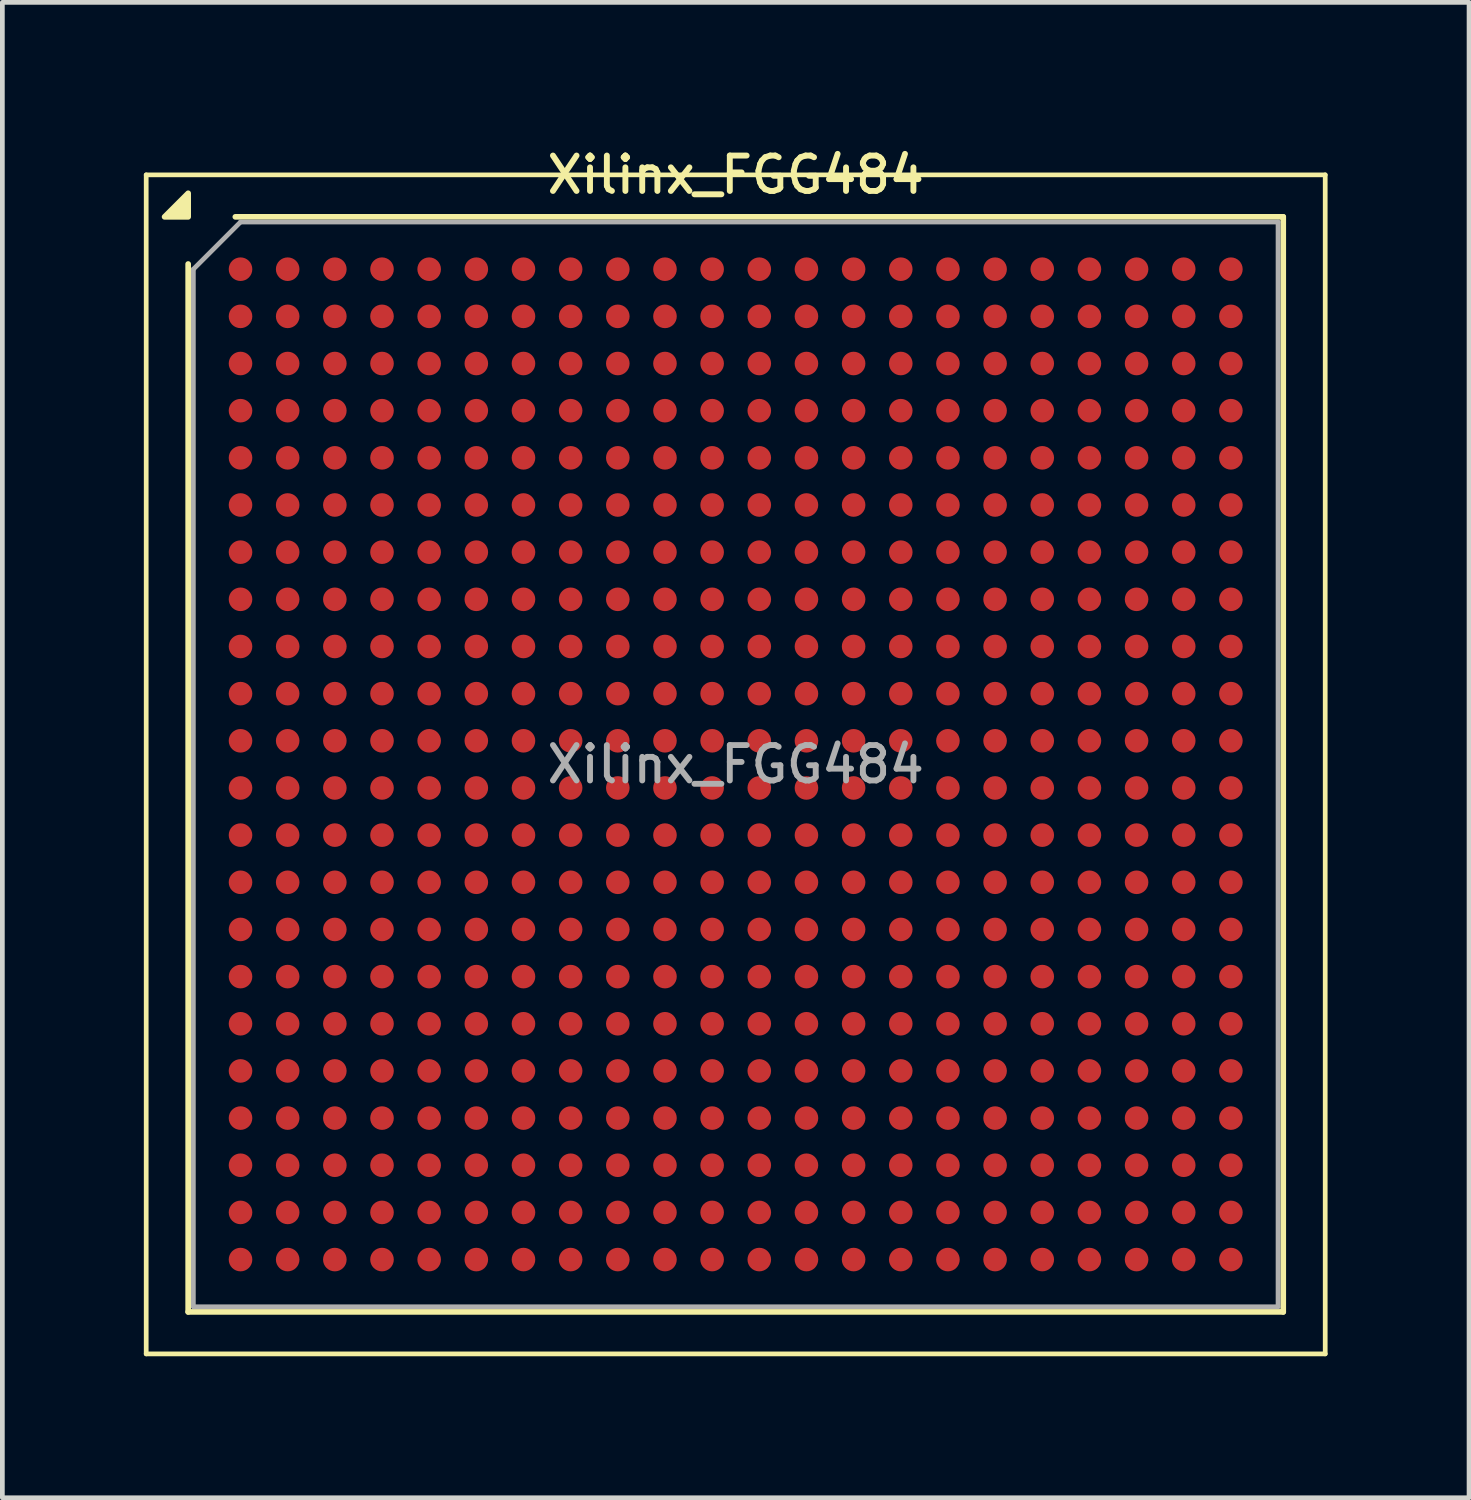
<source format=kicad_pcb>
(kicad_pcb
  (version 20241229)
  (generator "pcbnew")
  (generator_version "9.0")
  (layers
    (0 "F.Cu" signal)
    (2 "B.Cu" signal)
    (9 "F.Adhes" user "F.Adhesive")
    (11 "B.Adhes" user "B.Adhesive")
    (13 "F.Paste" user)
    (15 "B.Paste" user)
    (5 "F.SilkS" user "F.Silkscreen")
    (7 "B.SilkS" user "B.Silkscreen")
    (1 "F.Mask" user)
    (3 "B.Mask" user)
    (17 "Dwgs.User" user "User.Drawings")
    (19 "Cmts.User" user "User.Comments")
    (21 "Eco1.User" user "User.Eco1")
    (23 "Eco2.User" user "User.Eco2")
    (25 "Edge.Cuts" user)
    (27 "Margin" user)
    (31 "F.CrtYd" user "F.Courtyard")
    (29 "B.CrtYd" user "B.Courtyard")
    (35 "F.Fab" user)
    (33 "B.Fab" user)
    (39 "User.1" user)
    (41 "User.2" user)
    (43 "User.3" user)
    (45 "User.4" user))
  (footprint "Xilinx_FGG484"
    (layer "F.Cu")
    (at 12.55 13.158)
    (property "Reference" "Xilinx_FGG484" (at 0 -12.5 0) (layer "F.SilkS") (effects (font (size 0.75 0.75) (thickness 0.125))))
    (attr smd)
    (fp_line (start -12.5 -12.5) (end -12.5 12.5) (stroke (width 0.1) (type solid)) (layer "F.SilkS"))
    (fp_line (start -12.5 12.5) (end 12.5 12.5) (stroke (width 0.1) (type solid)) (layer "F.SilkS"))
    (fp_line (start -11.61 11.61) (end -11.61 -10.61) (stroke (width 0.12) (type solid)) (layer "F.SilkS"))
    (fp_line (start -10.61 -11.61) (end 11.61 -11.61) (stroke (width 0.12) (type solid)) (layer "F.SilkS"))
    (fp_line (start 11.61 -11.61) (end 11.61 11.61) (stroke (width 0.12) (type solid)) (layer "F.SilkS"))
    (fp_line (start 11.61 11.61) (end -11.61 11.61) (stroke (width 0.12) (type solid)) (layer "F.SilkS"))
    (fp_line (start 12.5 -12.5) (end -12.5 -12.5) (stroke (width 0.1) (type solid)) (layer "F.SilkS"))
    (fp_line (start 12.5 12.5) (end 12.5 -12.5) (stroke (width 0.1) (type solid)) (layer "F.SilkS"))
    (fp_poly (pts (xy -11.61 -11.61) (xy -12.11 -11.61) (xy -11.61 -12.11) (xy -11.61 -11.61)) (stroke (width 0.12) (type solid)) (fill yes) (layer "F.SilkS"))
    (fp_line (start -11.5 -10.5) (end -10.5 -11.5) (stroke (width 0.1) (type solid)) (layer "F.Fab"))
    (fp_line (start -11.5 11.5) (end -11.5 -10.5) (stroke (width 0.1) (type solid)) (layer "F.Fab"))
    (fp_line (start -10.5 -11.5) (end 11.5 -11.5) (stroke (width 0.1) (type solid)) (layer "F.Fab"))
    (fp_line (start 11.5 -11.5) (end 11.5 11.5) (stroke (width 0.1) (type solid)) (layer "F.Fab"))
    (fp_line (start 11.5 11.5) (end -11.5 11.5) (stroke (width 0.1) (type solid)) (layer "F.Fab"))
    (fp_text user "${REFERENCE}" (at 0 0 0) (layer "F.Fab") (effects (font (size 0.75 0.75) (thickness 0.125))))
    (pad "A1" smd circle (at -10.5 -10.5) (size 0.5 0.5) (property pad_prop_bga) (layers "F.Cu" "F.Mask" "F.Paste"))
    (pad "A2" smd circle (at -9.5 -10.5) (size 0.5 0.5) (property pad_prop_bga) (layers "F.Cu" "F.Mask" "F.Paste"))
    (pad "A3" smd circle (at -8.5 -10.5) (size 0.5 0.5) (property pad_prop_bga) (layers "F.Cu" "F.Mask" "F.Paste"))
    (pad "A4" smd circle (at -7.5 -10.5) (size 0.5 0.5) (property pad_prop_bga) (layers "F.Cu" "F.Mask" "F.Paste"))
    (pad "A5" smd circle (at -6.5 -10.5) (size 0.5 0.5) (property pad_prop_bga) (layers "F.Cu" "F.Mask" "F.Paste"))
    (pad "A6" smd circle (at -5.5 -10.5) (size 0.5 0.5) (property pad_prop_bga) (layers "F.Cu" "F.Mask" "F.Paste"))
    (pad "A7" smd circle (at -4.5 -10.5) (size 0.5 0.5) (property pad_prop_bga) (layers "F.Cu" "F.Mask" "F.Paste"))
    (pad "A8" smd circle (at -3.5 -10.5) (size 0.5 0.5) (property pad_prop_bga) (layers "F.Cu" "F.Mask" "F.Paste"))
    (pad "A9" smd circle (at -2.5 -10.5) (size 0.5 0.5) (property pad_prop_bga) (layers "F.Cu" "F.Mask" "F.Paste"))
    (pad "A10" smd circle (at -1.5 -10.5) (size 0.5 0.5) (property pad_prop_bga) (layers "F.Cu" "F.Mask" "F.Paste"))
    (pad "A11" smd circle (at -0.5 -10.5) (size 0.5 0.5) (property pad_prop_bga) (layers "F.Cu" "F.Mask" "F.Paste"))
    (pad "A12" smd circle (at 0.5 -10.5) (size 0.5 0.5) (property pad_prop_bga) (layers "F.Cu" "F.Mask" "F.Paste"))
    (pad "A13" smd circle (at 1.5 -10.5) (size 0.5 0.5) (property pad_prop_bga) (layers "F.Cu" "F.Mask" "F.Paste"))
    (pad "A14" smd circle (at 2.5 -10.5) (size 0.5 0.5) (property pad_prop_bga) (layers "F.Cu" "F.Mask" "F.Paste"))
    (pad "A15" smd circle (at 3.5 -10.5) (size 0.5 0.5) (property pad_prop_bga) (layers "F.Cu" "F.Mask" "F.Paste"))
    (pad "A16" smd circle (at 4.5 -10.5) (size 0.5 0.5) (property pad_prop_bga) (layers "F.Cu" "F.Mask" "F.Paste"))
    (pad "A17" smd circle (at 5.5 -10.5) (size 0.5 0.5) (property pad_prop_bga) (layers "F.Cu" "F.Mask" "F.Paste"))
    (pad "A18" smd circle (at 6.5 -10.5) (size 0.5 0.5) (property pad_prop_bga) (layers "F.Cu" "F.Mask" "F.Paste"))
    (pad "A19" smd circle (at 7.5 -10.5) (size 0.5 0.5) (property pad_prop_bga) (layers "F.Cu" "F.Mask" "F.Paste"))
    (pad "A20" smd circle (at 8.5 -10.5) (size 0.5 0.5) (property pad_prop_bga) (layers "F.Cu" "F.Mask" "F.Paste"))
    (pad "A21" smd circle (at 9.5 -10.5) (size 0.5 0.5) (property pad_prop_bga) (layers "F.Cu" "F.Mask" "F.Paste"))
    (pad "A22" smd circle (at 10.5 -10.5) (size 0.5 0.5) (property pad_prop_bga) (layers "F.Cu" "F.Mask" "F.Paste"))
    (pad "AA1" smd circle (at -10.5 9.5) (size 0.5 0.5) (property pad_prop_bga) (layers "F.Cu" "F.Mask" "F.Paste"))
    (pad "AA2" smd circle (at -9.5 9.5) (size 0.5 0.5) (property pad_prop_bga) (layers "F.Cu" "F.Mask" "F.Paste"))
    (pad "AA3" smd circle (at -8.5 9.5) (size 0.5 0.5) (property pad_prop_bga) (layers "F.Cu" "F.Mask" "F.Paste"))
    (pad "AA4" smd circle (at -7.5 9.5) (size 0.5 0.5) (property pad_prop_bga) (layers "F.Cu" "F.Mask" "F.Paste"))
    (pad "AA5" smd circle (at -6.5 9.5) (size 0.5 0.5) (property pad_prop_bga) (layers "F.Cu" "F.Mask" "F.Paste"))
    (pad "AA6" smd circle (at -5.5 9.5) (size 0.5 0.5) (property pad_prop_bga) (layers "F.Cu" "F.Mask" "F.Paste"))
    (pad "AA7" smd circle (at -4.5 9.5) (size 0.5 0.5) (property pad_prop_bga) (layers "F.Cu" "F.Mask" "F.Paste"))
    (pad "AA8" smd circle (at -3.5 9.5) (size 0.5 0.5) (property pad_prop_bga) (layers "F.Cu" "F.Mask" "F.Paste"))
    (pad "AA9" smd circle (at -2.5 9.5) (size 0.5 0.5) (property pad_prop_bga) (layers "F.Cu" "F.Mask" "F.Paste"))
    (pad "AA10" smd circle (at -1.5 9.5) (size 0.5 0.5) (property pad_prop_bga) (layers "F.Cu" "F.Mask" "F.Paste"))
    (pad "AA11" smd circle (at -0.5 9.5) (size 0.5 0.5) (property pad_prop_bga) (layers "F.Cu" "F.Mask" "F.Paste"))
    (pad "AA12" smd circle (at 0.5 9.5) (size 0.5 0.5) (property pad_prop_bga) (layers "F.Cu" "F.Mask" "F.Paste"))
    (pad "AA13" smd circle (at 1.5 9.5) (size 0.5 0.5) (property pad_prop_bga) (layers "F.Cu" "F.Mask" "F.Paste"))
    (pad "AA14" smd circle (at 2.5 9.5) (size 0.5 0.5) (property pad_prop_bga) (layers "F.Cu" "F.Mask" "F.Paste"))
    (pad "AA15" smd circle (at 3.5 9.5) (size 0.5 0.5) (property pad_prop_bga) (layers "F.Cu" "F.Mask" "F.Paste"))
    (pad "AA16" smd circle (at 4.5 9.5) (size 0.5 0.5) (property pad_prop_bga) (layers "F.Cu" "F.Mask" "F.Paste"))
    (pad "AA17" smd circle (at 5.5 9.5) (size 0.5 0.5) (property pad_prop_bga) (layers "F.Cu" "F.Mask" "F.Paste"))
    (pad "AA18" smd circle (at 6.5 9.5) (size 0.5 0.5) (property pad_prop_bga) (layers "F.Cu" "F.Mask" "F.Paste"))
    (pad "AA19" smd circle (at 7.5 9.5) (size 0.5 0.5) (property pad_prop_bga) (layers "F.Cu" "F.Mask" "F.Paste"))
    (pad "AA20" smd circle (at 8.5 9.5) (size 0.5 0.5) (property pad_prop_bga) (layers "F.Cu" "F.Mask" "F.Paste"))
    (pad "AA21" smd circle (at 9.5 9.5) (size 0.5 0.5) (property pad_prop_bga) (layers "F.Cu" "F.Mask" "F.Paste"))
    (pad "AA22" smd circle (at 10.5 9.5) (size 0.5 0.5) (property pad_prop_bga) (layers "F.Cu" "F.Mask" "F.Paste"))
    (pad "AB1" smd circle (at -10.5 10.5) (size 0.5 0.5) (property pad_prop_bga) (layers "F.Cu" "F.Mask" "F.Paste"))
    (pad "AB2" smd circle (at -9.5 10.5) (size 0.5 0.5) (property pad_prop_bga) (layers "F.Cu" "F.Mask" "F.Paste"))
    (pad "AB3" smd circle (at -8.5 10.5) (size 0.5 0.5) (property pad_prop_bga) (layers "F.Cu" "F.Mask" "F.Paste"))
    (pad "AB4" smd circle (at -7.5 10.5) (size 0.5 0.5) (property pad_prop_bga) (layers "F.Cu" "F.Mask" "F.Paste"))
    (pad "AB5" smd circle (at -6.5 10.5) (size 0.5 0.5) (property pad_prop_bga) (layers "F.Cu" "F.Mask" "F.Paste"))
    (pad "AB6" smd circle (at -5.5 10.5) (size 0.5 0.5) (property pad_prop_bga) (layers "F.Cu" "F.Mask" "F.Paste"))
    (pad "AB7" smd circle (at -4.5 10.5) (size 0.5 0.5) (property pad_prop_bga) (layers "F.Cu" "F.Mask" "F.Paste"))
    (pad "AB8" smd circle (at -3.5 10.5) (size 0.5 0.5) (property pad_prop_bga) (layers "F.Cu" "F.Mask" "F.Paste"))
    (pad "AB9" smd circle (at -2.5 10.5) (size 0.5 0.5) (property pad_prop_bga) (layers "F.Cu" "F.Mask" "F.Paste"))
    (pad "AB10" smd circle (at -1.5 10.5) (size 0.5 0.5) (property pad_prop_bga) (layers "F.Cu" "F.Mask" "F.Paste"))
    (pad "AB11" smd circle (at -0.5 10.5) (size 0.5 0.5) (property pad_prop_bga) (layers "F.Cu" "F.Mask" "F.Paste"))
    (pad "AB12" smd circle (at 0.5 10.5) (size 0.5 0.5) (property pad_prop_bga) (layers "F.Cu" "F.Mask" "F.Paste"))
    (pad "AB13" smd circle (at 1.5 10.5) (size 0.5 0.5) (property pad_prop_bga) (layers "F.Cu" "F.Mask" "F.Paste"))
    (pad "AB14" smd circle (at 2.5 10.5) (size 0.5 0.5) (property pad_prop_bga) (layers "F.Cu" "F.Mask" "F.Paste"))
    (pad "AB15" smd circle (at 3.5 10.5) (size 0.5 0.5) (property pad_prop_bga) (layers "F.Cu" "F.Mask" "F.Paste"))
    (pad "AB16" smd circle (at 4.5 10.5) (size 0.5 0.5) (property pad_prop_bga) (layers "F.Cu" "F.Mask" "F.Paste"))
    (pad "AB17" smd circle (at 5.5 10.5) (size 0.5 0.5) (property pad_prop_bga) (layers "F.Cu" "F.Mask" "F.Paste"))
    (pad "AB18" smd circle (at 6.5 10.5) (size 0.5 0.5) (property pad_prop_bga) (layers "F.Cu" "F.Mask" "F.Paste"))
    (pad "AB19" smd circle (at 7.5 10.5) (size 0.5 0.5) (property pad_prop_bga) (layers "F.Cu" "F.Mask" "F.Paste"))
    (pad "AB20" smd circle (at 8.5 10.5) (size 0.5 0.5) (property pad_prop_bga) (layers "F.Cu" "F.Mask" "F.Paste"))
    (pad "AB21" smd circle (at 9.5 10.5) (size 0.5 0.5) (property pad_prop_bga) (layers "F.Cu" "F.Mask" "F.Paste"))
    (pad "AB22" smd circle (at 10.5 10.5) (size 0.5 0.5) (property pad_prop_bga) (layers "F.Cu" "F.Mask" "F.Paste"))
    (pad "B1" smd circle (at -10.5 -9.5) (size 0.5 0.5) (property pad_prop_bga) (layers "F.Cu" "F.Mask" "F.Paste"))
    (pad "B2" smd circle (at -9.5 -9.5) (size 0.5 0.5) (property pad_prop_bga) (layers "F.Cu" "F.Mask" "F.Paste"))
    (pad "B3" smd circle (at -8.5 -9.5) (size 0.5 0.5) (property pad_prop_bga) (layers "F.Cu" "F.Mask" "F.Paste"))
    (pad "B4" smd circle (at -7.5 -9.5) (size 0.5 0.5) (property pad_prop_bga) (layers "F.Cu" "F.Mask" "F.Paste"))
    (pad "B5" smd circle (at -6.5 -9.5) (size 0.5 0.5) (property pad_prop_bga) (layers "F.Cu" "F.Mask" "F.Paste"))
    (pad "B6" smd circle (at -5.5 -9.5) (size 0.5 0.5) (property pad_prop_bga) (layers "F.Cu" "F.Mask" "F.Paste"))
    (pad "B7" smd circle (at -4.5 -9.5) (size 0.5 0.5) (property pad_prop_bga) (layers "F.Cu" "F.Mask" "F.Paste"))
    (pad "B8" smd circle (at -3.5 -9.5) (size 0.5 0.5) (property pad_prop_bga) (layers "F.Cu" "F.Mask" "F.Paste"))
    (pad "B9" smd circle (at -2.5 -9.5) (size 0.5 0.5) (property pad_prop_bga) (layers "F.Cu" "F.Mask" "F.Paste"))
    (pad "B10" smd circle (at -1.5 -9.5) (size 0.5 0.5) (property pad_prop_bga) (layers "F.Cu" "F.Mask" "F.Paste"))
    (pad "B11" smd circle (at -0.5 -9.5) (size 0.5 0.5) (property pad_prop_bga) (layers "F.Cu" "F.Mask" "F.Paste"))
    (pad "B12" smd circle (at 0.5 -9.5) (size 0.5 0.5) (property pad_prop_bga) (layers "F.Cu" "F.Mask" "F.Paste"))
    (pad "B13" smd circle (at 1.5 -9.5) (size 0.5 0.5) (property pad_prop_bga) (layers "F.Cu" "F.Mask" "F.Paste"))
    (pad "B14" smd circle (at 2.5 -9.5) (size 0.5 0.5) (property pad_prop_bga) (layers "F.Cu" "F.Mask" "F.Paste"))
    (pad "B15" smd circle (at 3.5 -9.5) (size 0.5 0.5) (property pad_prop_bga) (layers "F.Cu" "F.Mask" "F.Paste"))
    (pad "B16" smd circle (at 4.5 -9.5) (size 0.5 0.5) (property pad_prop_bga) (layers "F.Cu" "F.Mask" "F.Paste"))
    (pad "B17" smd circle (at 5.5 -9.5) (size 0.5 0.5) (property pad_prop_bga) (layers "F.Cu" "F.Mask" "F.Paste"))
    (pad "B18" smd circle (at 6.5 -9.5) (size 0.5 0.5) (property pad_prop_bga) (layers "F.Cu" "F.Mask" "F.Paste"))
    (pad "B19" smd circle (at 7.5 -9.5) (size 0.5 0.5) (property pad_prop_bga) (layers "F.Cu" "F.Mask" "F.Paste"))
    (pad "B20" smd circle (at 8.5 -9.5) (size 0.5 0.5) (property pad_prop_bga) (layers "F.Cu" "F.Mask" "F.Paste"))
    (pad "B21" smd circle (at 9.5 -9.5) (size 0.5 0.5) (property pad_prop_bga) (layers "F.Cu" "F.Mask" "F.Paste"))
    (pad "B22" smd circle (at 10.5 -9.5) (size 0.5 0.5) (property pad_prop_bga) (layers "F.Cu" "F.Mask" "F.Paste"))
    (pad "C1" smd circle (at -10.5 -8.5) (size 0.5 0.5) (property pad_prop_bga) (layers "F.Cu" "F.Mask" "F.Paste"))
    (pad "C2" smd circle (at -9.5 -8.5) (size 0.5 0.5) (property pad_prop_bga) (layers "F.Cu" "F.Mask" "F.Paste"))
    (pad "C3" smd circle (at -8.5 -8.5) (size 0.5 0.5) (property pad_prop_bga) (layers "F.Cu" "F.Mask" "F.Paste"))
    (pad "C4" smd circle (at -7.5 -8.5) (size 0.5 0.5) (property pad_prop_bga) (layers "F.Cu" "F.Mask" "F.Paste"))
    (pad "C5" smd circle (at -6.5 -8.5) (size 0.5 0.5) (property pad_prop_bga) (layers "F.Cu" "F.Mask" "F.Paste"))
    (pad "C6" smd circle (at -5.5 -8.5) (size 0.5 0.5) (property pad_prop_bga) (layers "F.Cu" "F.Mask" "F.Paste"))
    (pad "C7" smd circle (at -4.5 -8.5) (size 0.5 0.5) (property pad_prop_bga) (layers "F.Cu" "F.Mask" "F.Paste"))
    (pad "C8" smd circle (at -3.5 -8.5) (size 0.5 0.5) (property pad_prop_bga) (layers "F.Cu" "F.Mask" "F.Paste"))
    (pad "C9" smd circle (at -2.5 -8.5) (size 0.5 0.5) (property pad_prop_bga) (layers "F.Cu" "F.Mask" "F.Paste"))
    (pad "C10" smd circle (at -1.5 -8.5) (size 0.5 0.5) (property pad_prop_bga) (layers "F.Cu" "F.Mask" "F.Paste"))
    (pad "C11" smd circle (at -0.5 -8.5) (size 0.5 0.5) (property pad_prop_bga) (layers "F.Cu" "F.Mask" "F.Paste"))
    (pad "C12" smd circle (at 0.5 -8.5) (size 0.5 0.5) (property pad_prop_bga) (layers "F.Cu" "F.Mask" "F.Paste"))
    (pad "C13" smd circle (at 1.5 -8.5) (size 0.5 0.5) (property pad_prop_bga) (layers "F.Cu" "F.Mask" "F.Paste"))
    (pad "C14" smd circle (at 2.5 -8.5) (size 0.5 0.5) (property pad_prop_bga) (layers "F.Cu" "F.Mask" "F.Paste"))
    (pad "C15" smd circle (at 3.5 -8.5) (size 0.5 0.5) (property pad_prop_bga) (layers "F.Cu" "F.Mask" "F.Paste"))
    (pad "C16" smd circle (at 4.5 -8.5) (size 0.5 0.5) (property pad_prop_bga) (layers "F.Cu" "F.Mask" "F.Paste"))
    (pad "C17" smd circle (at 5.5 -8.5) (size 0.5 0.5) (property pad_prop_bga) (layers "F.Cu" "F.Mask" "F.Paste"))
    (pad "C18" smd circle (at 6.5 -8.5) (size 0.5 0.5) (property pad_prop_bga) (layers "F.Cu" "F.Mask" "F.Paste"))
    (pad "C19" smd circle (at 7.5 -8.5) (size 0.5 0.5) (property pad_prop_bga) (layers "F.Cu" "F.Mask" "F.Paste"))
    (pad "C20" smd circle (at 8.5 -8.5) (size 0.5 0.5) (property pad_prop_bga) (layers "F.Cu" "F.Mask" "F.Paste"))
    (pad "C21" smd circle (at 9.5 -8.5) (size 0.5 0.5) (property pad_prop_bga) (layers "F.Cu" "F.Mask" "F.Paste"))
    (pad "C22" smd circle (at 10.5 -8.5) (size 0.5 0.5) (property pad_prop_bga) (layers "F.Cu" "F.Mask" "F.Paste"))
    (pad "D1" smd circle (at -10.5 -7.5) (size 0.5 0.5) (property pad_prop_bga) (layers "F.Cu" "F.Mask" "F.Paste"))
    (pad "D2" smd circle (at -9.5 -7.5) (size 0.5 0.5) (property pad_prop_bga) (layers "F.Cu" "F.Mask" "F.Paste"))
    (pad "D3" smd circle (at -8.5 -7.5) (size 0.5 0.5) (property pad_prop_bga) (layers "F.Cu" "F.Mask" "F.Paste"))
    (pad "D4" smd circle (at -7.5 -7.5) (size 0.5 0.5) (property pad_prop_bga) (layers "F.Cu" "F.Mask" "F.Paste"))
    (pad "D5" smd circle (at -6.5 -7.5) (size 0.5 0.5) (property pad_prop_bga) (layers "F.Cu" "F.Mask" "F.Paste"))
    (pad "D6" smd circle (at -5.5 -7.5) (size 0.5 0.5) (property pad_prop_bga) (layers "F.Cu" "F.Mask" "F.Paste"))
    (pad "D7" smd circle (at -4.5 -7.5) (size 0.5 0.5) (property pad_prop_bga) (layers "F.Cu" "F.Mask" "F.Paste"))
    (pad "D8" smd circle (at -3.5 -7.5) (size 0.5 0.5) (property pad_prop_bga) (layers "F.Cu" "F.Mask" "F.Paste"))
    (pad "D9" smd circle (at -2.5 -7.5) (size 0.5 0.5) (property pad_prop_bga) (layers "F.Cu" "F.Mask" "F.Paste"))
    (pad "D10" smd circle (at -1.5 -7.5) (size 0.5 0.5) (property pad_prop_bga) (layers "F.Cu" "F.Mask" "F.Paste"))
    (pad "D11" smd circle (at -0.5 -7.5) (size 0.5 0.5) (property pad_prop_bga) (layers "F.Cu" "F.Mask" "F.Paste"))
    (pad "D12" smd circle (at 0.5 -7.5) (size 0.5 0.5) (property pad_prop_bga) (layers "F.Cu" "F.Mask" "F.Paste"))
    (pad "D13" smd circle (at 1.5 -7.5) (size 0.5 0.5) (property pad_prop_bga) (layers "F.Cu" "F.Mask" "F.Paste"))
    (pad "D14" smd circle (at 2.5 -7.5) (size 0.5 0.5) (property pad_prop_bga) (layers "F.Cu" "F.Mask" "F.Paste"))
    (pad "D15" smd circle (at 3.5 -7.5) (size 0.5 0.5) (property pad_prop_bga) (layers "F.Cu" "F.Mask" "F.Paste"))
    (pad "D16" smd circle (at 4.5 -7.5) (size 0.5 0.5) (property pad_prop_bga) (layers "F.Cu" "F.Mask" "F.Paste"))
    (pad "D17" smd circle (at 5.5 -7.5) (size 0.5 0.5) (property pad_prop_bga) (layers "F.Cu" "F.Mask" "F.Paste"))
    (pad "D18" smd circle (at 6.5 -7.5) (size 0.5 0.5) (property pad_prop_bga) (layers "F.Cu" "F.Mask" "F.Paste"))
    (pad "D19" smd circle (at 7.5 -7.5) (size 0.5 0.5) (property pad_prop_bga) (layers "F.Cu" "F.Mask" "F.Paste"))
    (pad "D20" smd circle (at 8.5 -7.5) (size 0.5 0.5) (property pad_prop_bga) (layers "F.Cu" "F.Mask" "F.Paste"))
    (pad "D21" smd circle (at 9.5 -7.5) (size 0.5 0.5) (property pad_prop_bga) (layers "F.Cu" "F.Mask" "F.Paste"))
    (pad "D22" smd circle (at 10.5 -7.5) (size 0.5 0.5) (property pad_prop_bga) (layers "F.Cu" "F.Mask" "F.Paste"))
    (pad "E1" smd circle (at -10.5 -6.5) (size 0.5 0.5) (property pad_prop_bga) (layers "F.Cu" "F.Mask" "F.Paste"))
    (pad "E2" smd circle (at -9.5 -6.5) (size 0.5 0.5) (property pad_prop_bga) (layers "F.Cu" "F.Mask" "F.Paste"))
    (pad "E3" smd circle (at -8.5 -6.5) (size 0.5 0.5) (property pad_prop_bga) (layers "F.Cu" "F.Mask" "F.Paste"))
    (pad "E4" smd circle (at -7.5 -6.5) (size 0.5 0.5) (property pad_prop_bga) (layers "F.Cu" "F.Mask" "F.Paste"))
    (pad "E5" smd circle (at -6.5 -6.5) (size 0.5 0.5) (property pad_prop_bga) (layers "F.Cu" "F.Mask" "F.Paste"))
    (pad "E6" smd circle (at -5.5 -6.5) (size 0.5 0.5) (property pad_prop_bga) (layers "F.Cu" "F.Mask" "F.Paste"))
    (pad "E7" smd circle (at -4.5 -6.5) (size 0.5 0.5) (property pad_prop_bga) (layers "F.Cu" "F.Mask" "F.Paste"))
    (pad "E8" smd circle (at -3.5 -6.5) (size 0.5 0.5) (property pad_prop_bga) (layers "F.Cu" "F.Mask" "F.Paste"))
    (pad "E9" smd circle (at -2.5 -6.5) (size 0.5 0.5) (property pad_prop_bga) (layers "F.Cu" "F.Mask" "F.Paste"))
    (pad "E10" smd circle (at -1.5 -6.5) (size 0.5 0.5) (property pad_prop_bga) (layers "F.Cu" "F.Mask" "F.Paste"))
    (pad "E11" smd circle (at -0.5 -6.5) (size 0.5 0.5) (property pad_prop_bga) (layers "F.Cu" "F.Mask" "F.Paste"))
    (pad "E12" smd circle (at 0.5 -6.5) (size 0.5 0.5) (property pad_prop_bga) (layers "F.Cu" "F.Mask" "F.Paste"))
    (pad "E13" smd circle (at 1.5 -6.5) (size 0.5 0.5) (property pad_prop_bga) (layers "F.Cu" "F.Mask" "F.Paste"))
    (pad "E14" smd circle (at 2.5 -6.5) (size 0.5 0.5) (property pad_prop_bga) (layers "F.Cu" "F.Mask" "F.Paste"))
    (pad "E15" smd circle (at 3.5 -6.5) (size 0.5 0.5) (property pad_prop_bga) (layers "F.Cu" "F.Mask" "F.Paste"))
    (pad "E16" smd circle (at 4.5 -6.5) (size 0.5 0.5) (property pad_prop_bga) (layers "F.Cu" "F.Mask" "F.Paste"))
    (pad "E17" smd circle (at 5.5 -6.5) (size 0.5 0.5) (property pad_prop_bga) (layers "F.Cu" "F.Mask" "F.Paste"))
    (pad "E18" smd circle (at 6.5 -6.5) (size 0.5 0.5) (property pad_prop_bga) (layers "F.Cu" "F.Mask" "F.Paste"))
    (pad "E19" smd circle (at 7.5 -6.5) (size 0.5 0.5) (property pad_prop_bga) (layers "F.Cu" "F.Mask" "F.Paste"))
    (pad "E20" smd circle (at 8.5 -6.5) (size 0.5 0.5) (property pad_prop_bga) (layers "F.Cu" "F.Mask" "F.Paste"))
    (pad "E21" smd circle (at 9.5 -6.5) (size 0.5 0.5) (property pad_prop_bga) (layers "F.Cu" "F.Mask" "F.Paste"))
    (pad "E22" smd circle (at 10.5 -6.5) (size 0.5 0.5) (property pad_prop_bga) (layers "F.Cu" "F.Mask" "F.Paste"))
    (pad "F1" smd circle (at -10.5 -5.5) (size 0.5 0.5) (property pad_prop_bga) (layers "F.Cu" "F.Mask" "F.Paste"))
    (pad "F2" smd circle (at -9.5 -5.5) (size 0.5 0.5) (property pad_prop_bga) (layers "F.Cu" "F.Mask" "F.Paste"))
    (pad "F3" smd circle (at -8.5 -5.5) (size 0.5 0.5) (property pad_prop_bga) (layers "F.Cu" "F.Mask" "F.Paste"))
    (pad "F4" smd circle (at -7.5 -5.5) (size 0.5 0.5) (property pad_prop_bga) (layers "F.Cu" "F.Mask" "F.Paste"))
    (pad "F5" smd circle (at -6.5 -5.5) (size 0.5 0.5) (property pad_prop_bga) (layers "F.Cu" "F.Mask" "F.Paste"))
    (pad "F6" smd circle (at -5.5 -5.5) (size 0.5 0.5) (property pad_prop_bga) (layers "F.Cu" "F.Mask" "F.Paste"))
    (pad "F7" smd circle (at -4.5 -5.5) (size 0.5 0.5) (property pad_prop_bga) (layers "F.Cu" "F.Mask" "F.Paste"))
    (pad "F8" smd circle (at -3.5 -5.5) (size 0.5 0.5) (property pad_prop_bga) (layers "F.Cu" "F.Mask" "F.Paste"))
    (pad "F9" smd circle (at -2.5 -5.5) (size 0.5 0.5) (property pad_prop_bga) (layers "F.Cu" "F.Mask" "F.Paste"))
    (pad "F10" smd circle (at -1.5 -5.5) (size 0.5 0.5) (property pad_prop_bga) (layers "F.Cu" "F.Mask" "F.Paste"))
    (pad "F11" smd circle (at -0.5 -5.5) (size 0.5 0.5) (property pad_prop_bga) (layers "F.Cu" "F.Mask" "F.Paste"))
    (pad "F12" smd circle (at 0.5 -5.5) (size 0.5 0.5) (property pad_prop_bga) (layers "F.Cu" "F.Mask" "F.Paste"))
    (pad "F13" smd circle (at 1.5 -5.5) (size 0.5 0.5) (property pad_prop_bga) (layers "F.Cu" "F.Mask" "F.Paste"))
    (pad "F14" smd circle (at 2.5 -5.5) (size 0.5 0.5) (property pad_prop_bga) (layers "F.Cu" "F.Mask" "F.Paste"))
    (pad "F15" smd circle (at 3.5 -5.5) (size 0.5 0.5) (property pad_prop_bga) (layers "F.Cu" "F.Mask" "F.Paste"))
    (pad "F16" smd circle (at 4.5 -5.5) (size 0.5 0.5) (property pad_prop_bga) (layers "F.Cu" "F.Mask" "F.Paste"))
    (pad "F17" smd circle (at 5.5 -5.5) (size 0.5 0.5) (property pad_prop_bga) (layers "F.Cu" "F.Mask" "F.Paste"))
    (pad "F18" smd circle (at 6.5 -5.5) (size 0.5 0.5) (property pad_prop_bga) (layers "F.Cu" "F.Mask" "F.Paste"))
    (pad "F19" smd circle (at 7.5 -5.5) (size 0.5 0.5) (property pad_prop_bga) (layers "F.Cu" "F.Mask" "F.Paste"))
    (pad "F20" smd circle (at 8.5 -5.5) (size 0.5 0.5) (property pad_prop_bga) (layers "F.Cu" "F.Mask" "F.Paste"))
    (pad "F21" smd circle (at 9.5 -5.5) (size 0.5 0.5) (property pad_prop_bga) (layers "F.Cu" "F.Mask" "F.Paste"))
    (pad "F22" smd circle (at 10.5 -5.5) (size 0.5 0.5) (property pad_prop_bga) (layers "F.Cu" "F.Mask" "F.Paste"))
    (pad "G1" smd circle (at -10.5 -4.5) (size 0.5 0.5) (property pad_prop_bga) (layers "F.Cu" "F.Mask" "F.Paste"))
    (pad "G2" smd circle (at -9.5 -4.5) (size 0.5 0.5) (property pad_prop_bga) (layers "F.Cu" "F.Mask" "F.Paste"))
    (pad "G3" smd circle (at -8.5 -4.5) (size 0.5 0.5) (property pad_prop_bga) (layers "F.Cu" "F.Mask" "F.Paste"))
    (pad "G4" smd circle (at -7.5 -4.5) (size 0.5 0.5) (property pad_prop_bga) (layers "F.Cu" "F.Mask" "F.Paste"))
    (pad "G5" smd circle (at -6.5 -4.5) (size 0.5 0.5) (property pad_prop_bga) (layers "F.Cu" "F.Mask" "F.Paste"))
    (pad "G6" smd circle (at -5.5 -4.5) (size 0.5 0.5) (property pad_prop_bga) (layers "F.Cu" "F.Mask" "F.Paste"))
    (pad "G7" smd circle (at -4.5 -4.5) (size 0.5 0.5) (property pad_prop_bga) (layers "F.Cu" "F.Mask" "F.Paste"))
    (pad "G8" smd circle (at -3.5 -4.5) (size 0.5 0.5) (property pad_prop_bga) (layers "F.Cu" "F.Mask" "F.Paste"))
    (pad "G9" smd circle (at -2.5 -4.5) (size 0.5 0.5) (property pad_prop_bga) (layers "F.Cu" "F.Mask" "F.Paste"))
    (pad "G10" smd circle (at -1.5 -4.5) (size 0.5 0.5) (property pad_prop_bga) (layers "F.Cu" "F.Mask" "F.Paste"))
    (pad "G11" smd circle (at -0.5 -4.5) (size 0.5 0.5) (property pad_prop_bga) (layers "F.Cu" "F.Mask" "F.Paste"))
    (pad "G12" smd circle (at 0.5 -4.5) (size 0.5 0.5) (property pad_prop_bga) (layers "F.Cu" "F.Mask" "F.Paste"))
    (pad "G13" smd circle (at 1.5 -4.5) (size 0.5 0.5) (property pad_prop_bga) (layers "F.Cu" "F.Mask" "F.Paste"))
    (pad "G14" smd circle (at 2.5 -4.5) (size 0.5 0.5) (property pad_prop_bga) (layers "F.Cu" "F.Mask" "F.Paste"))
    (pad "G15" smd circle (at 3.5 -4.5) (size 0.5 0.5) (property pad_prop_bga) (layers "F.Cu" "F.Mask" "F.Paste"))
    (pad "G16" smd circle (at 4.5 -4.5) (size 0.5 0.5) (property pad_prop_bga) (layers "F.Cu" "F.Mask" "F.Paste"))
    (pad "G17" smd circle (at 5.5 -4.5) (size 0.5 0.5) (property pad_prop_bga) (layers "F.Cu" "F.Mask" "F.Paste"))
    (pad "G18" smd circle (at 6.5 -4.5) (size 0.5 0.5) (property pad_prop_bga) (layers "F.Cu" "F.Mask" "F.Paste"))
    (pad "G19" smd circle (at 7.5 -4.5) (size 0.5 0.5) (property pad_prop_bga) (layers "F.Cu" "F.Mask" "F.Paste"))
    (pad "G20" smd circle (at 8.5 -4.5) (size 0.5 0.5) (property pad_prop_bga) (layers "F.Cu" "F.Mask" "F.Paste"))
    (pad "G21" smd circle (at 9.5 -4.5) (size 0.5 0.5) (property pad_prop_bga) (layers "F.Cu" "F.Mask" "F.Paste"))
    (pad "G22" smd circle (at 10.5 -4.5) (size 0.5 0.5) (property pad_prop_bga) (layers "F.Cu" "F.Mask" "F.Paste"))
    (pad "H1" smd circle (at -10.5 -3.5) (size 0.5 0.5) (property pad_prop_bga) (layers "F.Cu" "F.Mask" "F.Paste"))
    (pad "H2" smd circle (at -9.5 -3.5) (size 0.5 0.5) (property pad_prop_bga) (layers "F.Cu" "F.Mask" "F.Paste"))
    (pad "H3" smd circle (at -8.5 -3.5) (size 0.5 0.5) (property pad_prop_bga) (layers "F.Cu" "F.Mask" "F.Paste"))
    (pad "H4" smd circle (at -7.5 -3.5) (size 0.5 0.5) (property pad_prop_bga) (layers "F.Cu" "F.Mask" "F.Paste"))
    (pad "H5" smd circle (at -6.5 -3.5) (size 0.5 0.5) (property pad_prop_bga) (layers "F.Cu" "F.Mask" "F.Paste"))
    (pad "H6" smd circle (at -5.5 -3.5) (size 0.5 0.5) (property pad_prop_bga) (layers "F.Cu" "F.Mask" "F.Paste"))
    (pad "H7" smd circle (at -4.5 -3.5) (size 0.5 0.5) (property pad_prop_bga) (layers "F.Cu" "F.Mask" "F.Paste"))
    (pad "H8" smd circle (at -3.5 -3.5) (size 0.5 0.5) (property pad_prop_bga) (layers "F.Cu" "F.Mask" "F.Paste"))
    (pad "H9" smd circle (at -2.5 -3.5) (size 0.5 0.5) (property pad_prop_bga) (layers "F.Cu" "F.Mask" "F.Paste"))
    (pad "H10" smd circle (at -1.5 -3.5) (size 0.5 0.5) (property pad_prop_bga) (layers "F.Cu" "F.Mask" "F.Paste"))
    (pad "H11" smd circle (at -0.5 -3.5) (size 0.5 0.5) (property pad_prop_bga) (layers "F.Cu" "F.Mask" "F.Paste"))
    (pad "H12" smd circle (at 0.5 -3.5) (size 0.5 0.5) (property pad_prop_bga) (layers "F.Cu" "F.Mask" "F.Paste"))
    (pad "H13" smd circle (at 1.5 -3.5) (size 0.5 0.5) (property pad_prop_bga) (layers "F.Cu" "F.Mask" "F.Paste"))
    (pad "H14" smd circle (at 2.5 -3.5) (size 0.5 0.5) (property pad_prop_bga) (layers "F.Cu" "F.Mask" "F.Paste"))
    (pad "H15" smd circle (at 3.5 -3.5) (size 0.5 0.5) (property pad_prop_bga) (layers "F.Cu" "F.Mask" "F.Paste"))
    (pad "H16" smd circle (at 4.5 -3.5) (size 0.5 0.5) (property pad_prop_bga) (layers "F.Cu" "F.Mask" "F.Paste"))
    (pad "H17" smd circle (at 5.5 -3.5) (size 0.5 0.5) (property pad_prop_bga) (layers "F.Cu" "F.Mask" "F.Paste"))
    (pad "H18" smd circle (at 6.5 -3.5) (size 0.5 0.5) (property pad_prop_bga) (layers "F.Cu" "F.Mask" "F.Paste"))
    (pad "H19" smd circle (at 7.5 -3.5) (size 0.5 0.5) (property pad_prop_bga) (layers "F.Cu" "F.Mask" "F.Paste"))
    (pad "H20" smd circle (at 8.5 -3.5) (size 0.5 0.5) (property pad_prop_bga) (layers "F.Cu" "F.Mask" "F.Paste"))
    (pad "H21" smd circle (at 9.5 -3.5) (size 0.5 0.5) (property pad_prop_bga) (layers "F.Cu" "F.Mask" "F.Paste"))
    (pad "H22" smd circle (at 10.5 -3.5) (size 0.5 0.5) (property pad_prop_bga) (layers "F.Cu" "F.Mask" "F.Paste"))
    (pad "J1" smd circle (at -10.5 -2.5) (size 0.5 0.5) (property pad_prop_bga) (layers "F.Cu" "F.Mask" "F.Paste"))
    (pad "J2" smd circle (at -9.5 -2.5) (size 0.5 0.5) (property pad_prop_bga) (layers "F.Cu" "F.Mask" "F.Paste"))
    (pad "J3" smd circle (at -8.5 -2.5) (size 0.5 0.5) (property pad_prop_bga) (layers "F.Cu" "F.Mask" "F.Paste"))
    (pad "J4" smd circle (at -7.5 -2.5) (size 0.5 0.5) (property pad_prop_bga) (layers "F.Cu" "F.Mask" "F.Paste"))
    (pad "J5" smd circle (at -6.5 -2.5) (size 0.5 0.5) (property pad_prop_bga) (layers "F.Cu" "F.Mask" "F.Paste"))
    (pad "J6" smd circle (at -5.5 -2.5) (size 0.5 0.5) (property pad_prop_bga) (layers "F.Cu" "F.Mask" "F.Paste"))
    (pad "J7" smd circle (at -4.5 -2.5) (size 0.5 0.5) (property pad_prop_bga) (layers "F.Cu" "F.Mask" "F.Paste"))
    (pad "J8" smd circle (at -3.5 -2.5) (size 0.5 0.5) (property pad_prop_bga) (layers "F.Cu" "F.Mask" "F.Paste"))
    (pad "J9" smd circle (at -2.5 -2.5) (size 0.5 0.5) (property pad_prop_bga) (layers "F.Cu" "F.Mask" "F.Paste"))
    (pad "J10" smd circle (at -1.5 -2.5) (size 0.5 0.5) (property pad_prop_bga) (layers "F.Cu" "F.Mask" "F.Paste"))
    (pad "J11" smd circle (at -0.5 -2.5) (size 0.5 0.5) (property pad_prop_bga) (layers "F.Cu" "F.Mask" "F.Paste"))
    (pad "J12" smd circle (at 0.5 -2.5) (size 0.5 0.5) (property pad_prop_bga) (layers "F.Cu" "F.Mask" "F.Paste"))
    (pad "J13" smd circle (at 1.5 -2.5) (size 0.5 0.5) (property pad_prop_bga) (layers "F.Cu" "F.Mask" "F.Paste"))
    (pad "J14" smd circle (at 2.5 -2.5) (size 0.5 0.5) (property pad_prop_bga) (layers "F.Cu" "F.Mask" "F.Paste"))
    (pad "J15" smd circle (at 3.5 -2.5) (size 0.5 0.5) (property pad_prop_bga) (layers "F.Cu" "F.Mask" "F.Paste"))
    (pad "J16" smd circle (at 4.5 -2.5) (size 0.5 0.5) (property pad_prop_bga) (layers "F.Cu" "F.Mask" "F.Paste"))
    (pad "J17" smd circle (at 5.5 -2.5) (size 0.5 0.5) (property pad_prop_bga) (layers "F.Cu" "F.Mask" "F.Paste"))
    (pad "J18" smd circle (at 6.5 -2.5) (size 0.5 0.5) (property pad_prop_bga) (layers "F.Cu" "F.Mask" "F.Paste"))
    (pad "J19" smd circle (at 7.5 -2.5) (size 0.5 0.5) (property pad_prop_bga) (layers "F.Cu" "F.Mask" "F.Paste"))
    (pad "J20" smd circle (at 8.5 -2.5) (size 0.5 0.5) (property pad_prop_bga) (layers "F.Cu" "F.Mask" "F.Paste"))
    (pad "J21" smd circle (at 9.5 -2.5) (size 0.5 0.5) (property pad_prop_bga) (layers "F.Cu" "F.Mask" "F.Paste"))
    (pad "J22" smd circle (at 10.5 -2.5) (size 0.5 0.5) (property pad_prop_bga) (layers "F.Cu" "F.Mask" "F.Paste"))
    (pad "K1" smd circle (at -10.5 -1.5) (size 0.5 0.5) (property pad_prop_bga) (layers "F.Cu" "F.Mask" "F.Paste"))
    (pad "K2" smd circle (at -9.5 -1.5) (size 0.5 0.5) (property pad_prop_bga) (layers "F.Cu" "F.Mask" "F.Paste"))
    (pad "K3" smd circle (at -8.5 -1.5) (size 0.5 0.5) (property pad_prop_bga) (layers "F.Cu" "F.Mask" "F.Paste"))
    (pad "K4" smd circle (at -7.5 -1.5) (size 0.5 0.5) (property pad_prop_bga) (layers "F.Cu" "F.Mask" "F.Paste"))
    (pad "K5" smd circle (at -6.5 -1.5) (size 0.5 0.5) (property pad_prop_bga) (layers "F.Cu" "F.Mask" "F.Paste"))
    (pad "K6" smd circle (at -5.5 -1.5) (size 0.5 0.5) (property pad_prop_bga) (layers "F.Cu" "F.Mask" "F.Paste"))
    (pad "K7" smd circle (at -4.5 -1.5) (size 0.5 0.5) (property pad_prop_bga) (layers "F.Cu" "F.Mask" "F.Paste"))
    (pad "K8" smd circle (at -3.5 -1.5) (size 0.5 0.5) (property pad_prop_bga) (layers "F.Cu" "F.Mask" "F.Paste"))
    (pad "K9" smd circle (at -2.5 -1.5) (size 0.5 0.5) (property pad_prop_bga) (layers "F.Cu" "F.Mask" "F.Paste"))
    (pad "K10" smd circle (at -1.5 -1.5) (size 0.5 0.5) (property pad_prop_bga) (layers "F.Cu" "F.Mask" "F.Paste"))
    (pad "K11" smd circle (at -0.5 -1.5) (size 0.5 0.5) (property pad_prop_bga) (layers "F.Cu" "F.Mask" "F.Paste"))
    (pad "K12" smd circle (at 0.5 -1.5) (size 0.5 0.5) (property pad_prop_bga) (layers "F.Cu" "F.Mask" "F.Paste"))
    (pad "K13" smd circle (at 1.5 -1.5) (size 0.5 0.5) (property pad_prop_bga) (layers "F.Cu" "F.Mask" "F.Paste"))
    (pad "K14" smd circle (at 2.5 -1.5) (size 0.5 0.5) (property pad_prop_bga) (layers "F.Cu" "F.Mask" "F.Paste"))
    (pad "K15" smd circle (at 3.5 -1.5) (size 0.5 0.5) (property pad_prop_bga) (layers "F.Cu" "F.Mask" "F.Paste"))
    (pad "K16" smd circle (at 4.5 -1.5) (size 0.5 0.5) (property pad_prop_bga) (layers "F.Cu" "F.Mask" "F.Paste"))
    (pad "K17" smd circle (at 5.5 -1.5) (size 0.5 0.5) (property pad_prop_bga) (layers "F.Cu" "F.Mask" "F.Paste"))
    (pad "K18" smd circle (at 6.5 -1.5) (size 0.5 0.5) (property pad_prop_bga) (layers "F.Cu" "F.Mask" "F.Paste"))
    (pad "K19" smd circle (at 7.5 -1.5) (size 0.5 0.5) (property pad_prop_bga) (layers "F.Cu" "F.Mask" "F.Paste"))
    (pad "K20" smd circle (at 8.5 -1.5) (size 0.5 0.5) (property pad_prop_bga) (layers "F.Cu" "F.Mask" "F.Paste"))
    (pad "K21" smd circle (at 9.5 -1.5) (size 0.5 0.5) (property pad_prop_bga) (layers "F.Cu" "F.Mask" "F.Paste"))
    (pad "K22" smd circle (at 10.5 -1.5) (size 0.5 0.5) (property pad_prop_bga) (layers "F.Cu" "F.Mask" "F.Paste"))
    (pad "L1" smd circle (at -10.5 -0.5) (size 0.5 0.5) (property pad_prop_bga) (layers "F.Cu" "F.Mask" "F.Paste"))
    (pad "L2" smd circle (at -9.5 -0.5) (size 0.5 0.5) (property pad_prop_bga) (layers "F.Cu" "F.Mask" "F.Paste"))
    (pad "L3" smd circle (at -8.5 -0.5) (size 0.5 0.5) (property pad_prop_bga) (layers "F.Cu" "F.Mask" "F.Paste"))
    (pad "L4" smd circle (at -7.5 -0.5) (size 0.5 0.5) (property pad_prop_bga) (layers "F.Cu" "F.Mask" "F.Paste"))
    (pad "L5" smd circle (at -6.5 -0.5) (size 0.5 0.5) (property pad_prop_bga) (layers "F.Cu" "F.Mask" "F.Paste"))
    (pad "L6" smd circle (at -5.5 -0.5) (size 0.5 0.5) (property pad_prop_bga) (layers "F.Cu" "F.Mask" "F.Paste"))
    (pad "L7" smd circle (at -4.5 -0.5) (size 0.5 0.5) (property pad_prop_bga) (layers "F.Cu" "F.Mask" "F.Paste"))
    (pad "L8" smd circle (at -3.5 -0.5) (size 0.5 0.5) (property pad_prop_bga) (layers "F.Cu" "F.Mask" "F.Paste"))
    (pad "L9" smd circle (at -2.5 -0.5) (size 0.5 0.5) (property pad_prop_bga) (layers "F.Cu" "F.Mask" "F.Paste"))
    (pad "L10" smd circle (at -1.5 -0.5) (size 0.5 0.5) (property pad_prop_bga) (layers "F.Cu" "F.Mask" "F.Paste"))
    (pad "L11" smd circle (at -0.5 -0.5) (size 0.5 0.5) (property pad_prop_bga) (layers "F.Cu" "F.Mask" "F.Paste"))
    (pad "L12" smd circle (at 0.5 -0.5) (size 0.5 0.5) (property pad_prop_bga) (layers "F.Cu" "F.Mask" "F.Paste"))
    (pad "L13" smd circle (at 1.5 -0.5) (size 0.5 0.5) (property pad_prop_bga) (layers "F.Cu" "F.Mask" "F.Paste"))
    (pad "L14" smd circle (at 2.5 -0.5) (size 0.5 0.5) (property pad_prop_bga) (layers "F.Cu" "F.Mask" "F.Paste"))
    (pad "L15" smd circle (at 3.5 -0.5) (size 0.5 0.5) (property pad_prop_bga) (layers "F.Cu" "F.Mask" "F.Paste"))
    (pad "L16" smd circle (at 4.5 -0.5) (size 0.5 0.5) (property pad_prop_bga) (layers "F.Cu" "F.Mask" "F.Paste"))
    (pad "L17" smd circle (at 5.5 -0.5) (size 0.5 0.5) (property pad_prop_bga) (layers "F.Cu" "F.Mask" "F.Paste"))
    (pad "L18" smd circle (at 6.5 -0.5) (size 0.5 0.5) (property pad_prop_bga) (layers "F.Cu" "F.Mask" "F.Paste"))
    (pad "L19" smd circle (at 7.5 -0.5) (size 0.5 0.5) (property pad_prop_bga) (layers "F.Cu" "F.Mask" "F.Paste"))
    (pad "L20" smd circle (at 8.5 -0.5) (size 0.5 0.5) (property pad_prop_bga) (layers "F.Cu" "F.Mask" "F.Paste"))
    (pad "L21" smd circle (at 9.5 -0.5) (size 0.5 0.5) (property pad_prop_bga) (layers "F.Cu" "F.Mask" "F.Paste"))
    (pad "L22" smd circle (at 10.5 -0.5) (size 0.5 0.5) (property pad_prop_bga) (layers "F.Cu" "F.Mask" "F.Paste"))
    (pad "M1" smd circle (at -10.5 0.5) (size 0.5 0.5) (property pad_prop_bga) (layers "F.Cu" "F.Mask" "F.Paste"))
    (pad "M2" smd circle (at -9.5 0.5) (size 0.5 0.5) (property pad_prop_bga) (layers "F.Cu" "F.Mask" "F.Paste"))
    (pad "M3" smd circle (at -8.5 0.5) (size 0.5 0.5) (property pad_prop_bga) (layers "F.Cu" "F.Mask" "F.Paste"))
    (pad "M4" smd circle (at -7.5 0.5) (size 0.5 0.5) (property pad_prop_bga) (layers "F.Cu" "F.Mask" "F.Paste"))
    (pad "M5" smd circle (at -6.5 0.5) (size 0.5 0.5) (property pad_prop_bga) (layers "F.Cu" "F.Mask" "F.Paste"))
    (pad "M6" smd circle (at -5.5 0.5) (size 0.5 0.5) (property pad_prop_bga) (layers "F.Cu" "F.Mask" "F.Paste"))
    (pad "M7" smd circle (at -4.5 0.5) (size 0.5 0.5) (property pad_prop_bga) (layers "F.Cu" "F.Mask" "F.Paste"))
    (pad "M8" smd circle (at -3.5 0.5) (size 0.5 0.5) (property pad_prop_bga) (layers "F.Cu" "F.Mask" "F.Paste"))
    (pad "M9" smd circle (at -2.5 0.5) (size 0.5 0.5) (property pad_prop_bga) (layers "F.Cu" "F.Mask" "F.Paste"))
    (pad "M10" smd circle (at -1.5 0.5) (size 0.5 0.5) (property pad_prop_bga) (layers "F.Cu" "F.Mask" "F.Paste"))
    (pad "M11" smd circle (at -0.5 0.5) (size 0.5 0.5) (property pad_prop_bga) (layers "F.Cu" "F.Mask" "F.Paste"))
    (pad "M12" smd circle (at 0.5 0.5) (size 0.5 0.5) (property pad_prop_bga) (layers "F.Cu" "F.Mask" "F.Paste"))
    (pad "M13" smd circle (at 1.5 0.5) (size 0.5 0.5) (property pad_prop_bga) (layers "F.Cu" "F.Mask" "F.Paste"))
    (pad "M14" smd circle (at 2.5 0.5) (size 0.5 0.5) (property pad_prop_bga) (layers "F.Cu" "F.Mask" "F.Paste"))
    (pad "M15" smd circle (at 3.5 0.5) (size 0.5 0.5) (property pad_prop_bga) (layers "F.Cu" "F.Mask" "F.Paste"))
    (pad "M16" smd circle (at 4.5 0.5) (size 0.5 0.5) (property pad_prop_bga) (layers "F.Cu" "F.Mask" "F.Paste"))
    (pad "M17" smd circle (at 5.5 0.5) (size 0.5 0.5) (property pad_prop_bga) (layers "F.Cu" "F.Mask" "F.Paste"))
    (pad "M18" smd circle (at 6.5 0.5) (size 0.5 0.5) (property pad_prop_bga) (layers "F.Cu" "F.Mask" "F.Paste"))
    (pad "M19" smd circle (at 7.5 0.5) (size 0.5 0.5) (property pad_prop_bga) (layers "F.Cu" "F.Mask" "F.Paste"))
    (pad "M20" smd circle (at 8.5 0.5) (size 0.5 0.5) (property pad_prop_bga) (layers "F.Cu" "F.Mask" "F.Paste"))
    (pad "M21" smd circle (at 9.5 0.5) (size 0.5 0.5) (property pad_prop_bga) (layers "F.Cu" "F.Mask" "F.Paste"))
    (pad "M22" smd circle (at 10.5 0.5) (size 0.5 0.5) (property pad_prop_bga) (layers "F.Cu" "F.Mask" "F.Paste"))
    (pad "N1" smd circle (at -10.5 1.5) (size 0.5 0.5) (property pad_prop_bga) (layers "F.Cu" "F.Mask" "F.Paste"))
    (pad "N2" smd circle (at -9.5 1.5) (size 0.5 0.5) (property pad_prop_bga) (layers "F.Cu" "F.Mask" "F.Paste"))
    (pad "N3" smd circle (at -8.5 1.5) (size 0.5 0.5) (property pad_prop_bga) (layers "F.Cu" "F.Mask" "F.Paste"))
    (pad "N4" smd circle (at -7.5 1.5) (size 0.5 0.5) (property pad_prop_bga) (layers "F.Cu" "F.Mask" "F.Paste"))
    (pad "N5" smd circle (at -6.5 1.5) (size 0.5 0.5) (property pad_prop_bga) (layers "F.Cu" "F.Mask" "F.Paste"))
    (pad "N6" smd circle (at -5.5 1.5) (size 0.5 0.5) (property pad_prop_bga) (layers "F.Cu" "F.Mask" "F.Paste"))
    (pad "N7" smd circle (at -4.5 1.5) (size 0.5 0.5) (property pad_prop_bga) (layers "F.Cu" "F.Mask" "F.Paste"))
    (pad "N8" smd circle (at -3.5 1.5) (size 0.5 0.5) (property pad_prop_bga) (layers "F.Cu" "F.Mask" "F.Paste"))
    (pad "N9" smd circle (at -2.5 1.5) (size 0.5 0.5) (property pad_prop_bga) (layers "F.Cu" "F.Mask" "F.Paste"))
    (pad "N10" smd circle (at -1.5 1.5) (size 0.5 0.5) (property pad_prop_bga) (layers "F.Cu" "F.Mask" "F.Paste"))
    (pad "N11" smd circle (at -0.5 1.5) (size 0.5 0.5) (property pad_prop_bga) (layers "F.Cu" "F.Mask" "F.Paste"))
    (pad "N12" smd circle (at 0.5 1.5) (size 0.5 0.5) (property pad_prop_bga) (layers "F.Cu" "F.Mask" "F.Paste"))
    (pad "N13" smd circle (at 1.5 1.5) (size 0.5 0.5) (property pad_prop_bga) (layers "F.Cu" "F.Mask" "F.Paste"))
    (pad "N14" smd circle (at 2.5 1.5) (size 0.5 0.5) (property pad_prop_bga) (layers "F.Cu" "F.Mask" "F.Paste"))
    (pad "N15" smd circle (at 3.5 1.5) (size 0.5 0.5) (property pad_prop_bga) (layers "F.Cu" "F.Mask" "F.Paste"))
    (pad "N16" smd circle (at 4.5 1.5) (size 0.5 0.5) (property pad_prop_bga) (layers "F.Cu" "F.Mask" "F.Paste"))
    (pad "N17" smd circle (at 5.5 1.5) (size 0.5 0.5) (property pad_prop_bga) (layers "F.Cu" "F.Mask" "F.Paste"))
    (pad "N18" smd circle (at 6.5 1.5) (size 0.5 0.5) (property pad_prop_bga) (layers "F.Cu" "F.Mask" "F.Paste"))
    (pad "N19" smd circle (at 7.5 1.5) (size 0.5 0.5) (property pad_prop_bga) (layers "F.Cu" "F.Mask" "F.Paste"))
    (pad "N20" smd circle (at 8.5 1.5) (size 0.5 0.5) (property pad_prop_bga) (layers "F.Cu" "F.Mask" "F.Paste"))
    (pad "N21" smd circle (at 9.5 1.5) (size 0.5 0.5) (property pad_prop_bga) (layers "F.Cu" "F.Mask" "F.Paste"))
    (pad "N22" smd circle (at 10.5 1.5) (size 0.5 0.5) (property pad_prop_bga) (layers "F.Cu" "F.Mask" "F.Paste"))
    (pad "P1" smd circle (at -10.5 2.5) (size 0.5 0.5) (property pad_prop_bga) (layers "F.Cu" "F.Mask" "F.Paste"))
    (pad "P2" smd circle (at -9.5 2.5) (size 0.5 0.5) (property pad_prop_bga) (layers "F.Cu" "F.Mask" "F.Paste"))
    (pad "P3" smd circle (at -8.5 2.5) (size 0.5 0.5) (property pad_prop_bga) (layers "F.Cu" "F.Mask" "F.Paste"))
    (pad "P4" smd circle (at -7.5 2.5) (size 0.5 0.5) (property pad_prop_bga) (layers "F.Cu" "F.Mask" "F.Paste"))
    (pad "P5" smd circle (at -6.5 2.5) (size 0.5 0.5) (property pad_prop_bga) (layers "F.Cu" "F.Mask" "F.Paste"))
    (pad "P6" smd circle (at -5.5 2.5) (size 0.5 0.5) (property pad_prop_bga) (layers "F.Cu" "F.Mask" "F.Paste"))
    (pad "P7" smd circle (at -4.5 2.5) (size 0.5 0.5) (property pad_prop_bga) (layers "F.Cu" "F.Mask" "F.Paste"))
    (pad "P8" smd circle (at -3.5 2.5) (size 0.5 0.5) (property pad_prop_bga) (layers "F.Cu" "F.Mask" "F.Paste"))
    (pad "P9" smd circle (at -2.5 2.5) (size 0.5 0.5) (property pad_prop_bga) (layers "F.Cu" "F.Mask" "F.Paste"))
    (pad "P10" smd circle (at -1.5 2.5) (size 0.5 0.5) (property pad_prop_bga) (layers "F.Cu" "F.Mask" "F.Paste"))
    (pad "P11" smd circle (at -0.5 2.5) (size 0.5 0.5) (property pad_prop_bga) (layers "F.Cu" "F.Mask" "F.Paste"))
    (pad "P12" smd circle (at 0.5 2.5) (size 0.5 0.5) (property pad_prop_bga) (layers "F.Cu" "F.Mask" "F.Paste"))
    (pad "P13" smd circle (at 1.5 2.5) (size 0.5 0.5) (property pad_prop_bga) (layers "F.Cu" "F.Mask" "F.Paste"))
    (pad "P14" smd circle (at 2.5 2.5) (size 0.5 0.5) (property pad_prop_bga) (layers "F.Cu" "F.Mask" "F.Paste"))
    (pad "P15" smd circle (at 3.5 2.5) (size 0.5 0.5) (property pad_prop_bga) (layers "F.Cu" "F.Mask" "F.Paste"))
    (pad "P16" smd circle (at 4.5 2.5) (size 0.5 0.5) (property pad_prop_bga) (layers "F.Cu" "F.Mask" "F.Paste"))
    (pad "P17" smd circle (at 5.5 2.5) (size 0.5 0.5) (property pad_prop_bga) (layers "F.Cu" "F.Mask" "F.Paste"))
    (pad "P18" smd circle (at 6.5 2.5) (size 0.5 0.5) (property pad_prop_bga) (layers "F.Cu" "F.Mask" "F.Paste"))
    (pad "P19" smd circle (at 7.5 2.5) (size 0.5 0.5) (property pad_prop_bga) (layers "F.Cu" "F.Mask" "F.Paste"))
    (pad "P20" smd circle (at 8.5 2.5) (size 0.5 0.5) (property pad_prop_bga) (layers "F.Cu" "F.Mask" "F.Paste"))
    (pad "P21" smd circle (at 9.5 2.5) (size 0.5 0.5) (property pad_prop_bga) (layers "F.Cu" "F.Mask" "F.Paste"))
    (pad "P22" smd circle (at 10.5 2.5) (size 0.5 0.5) (property pad_prop_bga) (layers "F.Cu" "F.Mask" "F.Paste"))
    (pad "R1" smd circle (at -10.5 3.5) (size 0.5 0.5) (property pad_prop_bga) (layers "F.Cu" "F.Mask" "F.Paste"))
    (pad "R2" smd circle (at -9.5 3.5) (size 0.5 0.5) (property pad_prop_bga) (layers "F.Cu" "F.Mask" "F.Paste"))
    (pad "R3" smd circle (at -8.5 3.5) (size 0.5 0.5) (property pad_prop_bga) (layers "F.Cu" "F.Mask" "F.Paste"))
    (pad "R4" smd circle (at -7.5 3.5) (size 0.5 0.5) (property pad_prop_bga) (layers "F.Cu" "F.Mask" "F.Paste"))
    (pad "R5" smd circle (at -6.5 3.5) (size 0.5 0.5) (property pad_prop_bga) (layers "F.Cu" "F.Mask" "F.Paste"))
    (pad "R6" smd circle (at -5.5 3.5) (size 0.5 0.5) (property pad_prop_bga) (layers "F.Cu" "F.Mask" "F.Paste"))
    (pad "R7" smd circle (at -4.5 3.5) (size 0.5 0.5) (property pad_prop_bga) (layers "F.Cu" "F.Mask" "F.Paste"))
    (pad "R8" smd circle (at -3.5 3.5) (size 0.5 0.5) (property pad_prop_bga) (layers "F.Cu" "F.Mask" "F.Paste"))
    (pad "R9" smd circle (at -2.5 3.5) (size 0.5 0.5) (property pad_prop_bga) (layers "F.Cu" "F.Mask" "F.Paste"))
    (pad "R10" smd circle (at -1.5 3.5) (size 0.5 0.5) (property pad_prop_bga) (layers "F.Cu" "F.Mask" "F.Paste"))
    (pad "R11" smd circle (at -0.5 3.5) (size 0.5 0.5) (property pad_prop_bga) (layers "F.Cu" "F.Mask" "F.Paste"))
    (pad "R12" smd circle (at 0.5 3.5) (size 0.5 0.5) (property pad_prop_bga) (layers "F.Cu" "F.Mask" "F.Paste"))
    (pad "R13" smd circle (at 1.5 3.5) (size 0.5 0.5) (property pad_prop_bga) (layers "F.Cu" "F.Mask" "F.Paste"))
    (pad "R14" smd circle (at 2.5 3.5) (size 0.5 0.5) (property pad_prop_bga) (layers "F.Cu" "F.Mask" "F.Paste"))
    (pad "R15" smd circle (at 3.5 3.5) (size 0.5 0.5) (property pad_prop_bga) (layers "F.Cu" "F.Mask" "F.Paste"))
    (pad "R16" smd circle (at 4.5 3.5) (size 0.5 0.5) (property pad_prop_bga) (layers "F.Cu" "F.Mask" "F.Paste"))
    (pad "R17" smd circle (at 5.5 3.5) (size 0.5 0.5) (property pad_prop_bga) (layers "F.Cu" "F.Mask" "F.Paste"))
    (pad "R18" smd circle (at 6.5 3.5) (size 0.5 0.5) (property pad_prop_bga) (layers "F.Cu" "F.Mask" "F.Paste"))
    (pad "R19" smd circle (at 7.5 3.5) (size 0.5 0.5) (property pad_prop_bga) (layers "F.Cu" "F.Mask" "F.Paste"))
    (pad "R20" smd circle (at 8.5 3.5) (size 0.5 0.5) (property pad_prop_bga) (layers "F.Cu" "F.Mask" "F.Paste"))
    (pad "R21" smd circle (at 9.5 3.5) (size 0.5 0.5) (property pad_prop_bga) (layers "F.Cu" "F.Mask" "F.Paste"))
    (pad "R22" smd circle (at 10.5 3.5) (size 0.5 0.5) (property pad_prop_bga) (layers "F.Cu" "F.Mask" "F.Paste"))
    (pad "T1" smd circle (at -10.5 4.5) (size 0.5 0.5) (property pad_prop_bga) (layers "F.Cu" "F.Mask" "F.Paste"))
    (pad "T2" smd circle (at -9.5 4.5) (size 0.5 0.5) (property pad_prop_bga) (layers "F.Cu" "F.Mask" "F.Paste"))
    (pad "T3" smd circle (at -8.5 4.5) (size 0.5 0.5) (property pad_prop_bga) (layers "F.Cu" "F.Mask" "F.Paste"))
    (pad "T4" smd circle (at -7.5 4.5) (size 0.5 0.5) (property pad_prop_bga) (layers "F.Cu" "F.Mask" "F.Paste"))
    (pad "T5" smd circle (at -6.5 4.5) (size 0.5 0.5) (property pad_prop_bga) (layers "F.Cu" "F.Mask" "F.Paste"))
    (pad "T6" smd circle (at -5.5 4.5) (size 0.5 0.5) (property pad_prop_bga) (layers "F.Cu" "F.Mask" "F.Paste"))
    (pad "T7" smd circle (at -4.5 4.5) (size 0.5 0.5) (property pad_prop_bga) (layers "F.Cu" "F.Mask" "F.Paste"))
    (pad "T8" smd circle (at -3.5 4.5) (size 0.5 0.5) (property pad_prop_bga) (layers "F.Cu" "F.Mask" "F.Paste"))
    (pad "T9" smd circle (at -2.5 4.5) (size 0.5 0.5) (property pad_prop_bga) (layers "F.Cu" "F.Mask" "F.Paste"))
    (pad "T10" smd circle (at -1.5 4.5) (size 0.5 0.5) (property pad_prop_bga) (layers "F.Cu" "F.Mask" "F.Paste"))
    (pad "T11" smd circle (at -0.5 4.5) (size 0.5 0.5) (property pad_prop_bga) (layers "F.Cu" "F.Mask" "F.Paste"))
    (pad "T12" smd circle (at 0.5 4.5) (size 0.5 0.5) (property pad_prop_bga) (layers "F.Cu" "F.Mask" "F.Paste"))
    (pad "T13" smd circle (at 1.5 4.5) (size 0.5 0.5) (property pad_prop_bga) (layers "F.Cu" "F.Mask" "F.Paste"))
    (pad "T14" smd circle (at 2.5 4.5) (size 0.5 0.5) (property pad_prop_bga) (layers "F.Cu" "F.Mask" "F.Paste"))
    (pad "T15" smd circle (at 3.5 4.5) (size 0.5 0.5) (property pad_prop_bga) (layers "F.Cu" "F.Mask" "F.Paste"))
    (pad "T16" smd circle (at 4.5 4.5) (size 0.5 0.5) (property pad_prop_bga) (layers "F.Cu" "F.Mask" "F.Paste"))
    (pad "T17" smd circle (at 5.5 4.5) (size 0.5 0.5) (property pad_prop_bga) (layers "F.Cu" "F.Mask" "F.Paste"))
    (pad "T18" smd circle (at 6.5 4.5) (size 0.5 0.5) (property pad_prop_bga) (layers "F.Cu" "F.Mask" "F.Paste"))
    (pad "T19" smd circle (at 7.5 4.5) (size 0.5 0.5) (property pad_prop_bga) (layers "F.Cu" "F.Mask" "F.Paste"))
    (pad "T20" smd circle (at 8.5 4.5) (size 0.5 0.5) (property pad_prop_bga) (layers "F.Cu" "F.Mask" "F.Paste"))
    (pad "T21" smd circle (at 9.5 4.5) (size 0.5 0.5) (property pad_prop_bga) (layers "F.Cu" "F.Mask" "F.Paste"))
    (pad "T22" smd circle (at 10.5 4.5) (size 0.5 0.5) (property pad_prop_bga) (layers "F.Cu" "F.Mask" "F.Paste"))
    (pad "U1" smd circle (at -10.5 5.5) (size 0.5 0.5) (property pad_prop_bga) (layers "F.Cu" "F.Mask" "F.Paste"))
    (pad "U2" smd circle (at -9.5 5.5) (size 0.5 0.5) (property pad_prop_bga) (layers "F.Cu" "F.Mask" "F.Paste"))
    (pad "U3" smd circle (at -8.5 5.5) (size 0.5 0.5) (property pad_prop_bga) (layers "F.Cu" "F.Mask" "F.Paste"))
    (pad "U4" smd circle (at -7.5 5.5) (size 0.5 0.5) (property pad_prop_bga) (layers "F.Cu" "F.Mask" "F.Paste"))
    (pad "U5" smd circle (at -6.5 5.5) (size 0.5 0.5) (property pad_prop_bga) (layers "F.Cu" "F.Mask" "F.Paste"))
    (pad "U6" smd circle (at -5.5 5.5) (size 0.5 0.5) (property pad_prop_bga) (layers "F.Cu" "F.Mask" "F.Paste"))
    (pad "U7" smd circle (at -4.5 5.5) (size 0.5 0.5) (property pad_prop_bga) (layers "F.Cu" "F.Mask" "F.Paste"))
    (pad "U8" smd circle (at -3.5 5.5) (size 0.5 0.5) (property pad_prop_bga) (layers "F.Cu" "F.Mask" "F.Paste"))
    (pad "U9" smd circle (at -2.5 5.5) (size 0.5 0.5) (property pad_prop_bga) (layers "F.Cu" "F.Mask" "F.Paste"))
    (pad "U10" smd circle (at -1.5 5.5) (size 0.5 0.5) (property pad_prop_bga) (layers "F.Cu" "F.Mask" "F.Paste"))
    (pad "U11" smd circle (at -0.5 5.5) (size 0.5 0.5) (property pad_prop_bga) (layers "F.Cu" "F.Mask" "F.Paste"))
    (pad "U12" smd circle (at 0.5 5.5) (size 0.5 0.5) (property pad_prop_bga) (layers "F.Cu" "F.Mask" "F.Paste"))
    (pad "U13" smd circle (at 1.5 5.5) (size 0.5 0.5) (property pad_prop_bga) (layers "F.Cu" "F.Mask" "F.Paste"))
    (pad "U14" smd circle (at 2.5 5.5) (size 0.5 0.5) (property pad_prop_bga) (layers "F.Cu" "F.Mask" "F.Paste"))
    (pad "U15" smd circle (at 3.5 5.5) (size 0.5 0.5) (property pad_prop_bga) (layers "F.Cu" "F.Mask" "F.Paste"))
    (pad "U16" smd circle (at 4.5 5.5) (size 0.5 0.5) (property pad_prop_bga) (layers "F.Cu" "F.Mask" "F.Paste"))
    (pad "U17" smd circle (at 5.5 5.5) (size 0.5 0.5) (property pad_prop_bga) (layers "F.Cu" "F.Mask" "F.Paste"))
    (pad "U18" smd circle (at 6.5 5.5) (size 0.5 0.5) (property pad_prop_bga) (layers "F.Cu" "F.Mask" "F.Paste"))
    (pad "U19" smd circle (at 7.5 5.5) (size 0.5 0.5) (property pad_prop_bga) (layers "F.Cu" "F.Mask" "F.Paste"))
    (pad "U20" smd circle (at 8.5 5.5) (size 0.5 0.5) (property pad_prop_bga) (layers "F.Cu" "F.Mask" "F.Paste"))
    (pad "U21" smd circle (at 9.5 5.5) (size 0.5 0.5) (property pad_prop_bga) (layers "F.Cu" "F.Mask" "F.Paste"))
    (pad "U22" smd circle (at 10.5 5.5) (size 0.5 0.5) (property pad_prop_bga) (layers "F.Cu" "F.Mask" "F.Paste"))
    (pad "V1" smd circle (at -10.5 6.5) (size 0.5 0.5) (property pad_prop_bga) (layers "F.Cu" "F.Mask" "F.Paste"))
    (pad "V2" smd circle (at -9.5 6.5) (size 0.5 0.5) (property pad_prop_bga) (layers "F.Cu" "F.Mask" "F.Paste"))
    (pad "V3" smd circle (at -8.5 6.5) (size 0.5 0.5) (property pad_prop_bga) (layers "F.Cu" "F.Mask" "F.Paste"))
    (pad "V4" smd circle (at -7.5 6.5) (size 0.5 0.5) (property pad_prop_bga) (layers "F.Cu" "F.Mask" "F.Paste"))
    (pad "V5" smd circle (at -6.5 6.5) (size 0.5 0.5) (property pad_prop_bga) (layers "F.Cu" "F.Mask" "F.Paste"))
    (pad "V6" smd circle (at -5.5 6.5) (size 0.5 0.5) (property pad_prop_bga) (layers "F.Cu" "F.Mask" "F.Paste"))
    (pad "V7" smd circle (at -4.5 6.5) (size 0.5 0.5) (property pad_prop_bga) (layers "F.Cu" "F.Mask" "F.Paste"))
    (pad "V8" smd circle (at -3.5 6.5) (size 0.5 0.5) (property pad_prop_bga) (layers "F.Cu" "F.Mask" "F.Paste"))
    (pad "V9" smd circle (at -2.5 6.5) (size 0.5 0.5) (property pad_prop_bga) (layers "F.Cu" "F.Mask" "F.Paste"))
    (pad "V10" smd circle (at -1.5 6.5) (size 0.5 0.5) (property pad_prop_bga) (layers "F.Cu" "F.Mask" "F.Paste"))
    (pad "V11" smd circle (at -0.5 6.5) (size 0.5 0.5) (property pad_prop_bga) (layers "F.Cu" "F.Mask" "F.Paste"))
    (pad "V12" smd circle (at 0.5 6.5) (size 0.5 0.5) (property pad_prop_bga) (layers "F.Cu" "F.Mask" "F.Paste"))
    (pad "V13" smd circle (at 1.5 6.5) (size 0.5 0.5) (property pad_prop_bga) (layers "F.Cu" "F.Mask" "F.Paste"))
    (pad "V14" smd circle (at 2.5 6.5) (size 0.5 0.5) (property pad_prop_bga) (layers "F.Cu" "F.Mask" "F.Paste"))
    (pad "V15" smd circle (at 3.5 6.5) (size 0.5 0.5) (property pad_prop_bga) (layers "F.Cu" "F.Mask" "F.Paste"))
    (pad "V16" smd circle (at 4.5 6.5) (size 0.5 0.5) (property pad_prop_bga) (layers "F.Cu" "F.Mask" "F.Paste"))
    (pad "V17" smd circle (at 5.5 6.5) (size 0.5 0.5) (property pad_prop_bga) (layers "F.Cu" "F.Mask" "F.Paste"))
    (pad "V18" smd circle (at 6.5 6.5) (size 0.5 0.5) (property pad_prop_bga) (layers "F.Cu" "F.Mask" "F.Paste"))
    (pad "V19" smd circle (at 7.5 6.5) (size 0.5 0.5) (property pad_prop_bga) (layers "F.Cu" "F.Mask" "F.Paste"))
    (pad "V20" smd circle (at 8.5 6.5) (size 0.5 0.5) (property pad_prop_bga) (layers "F.Cu" "F.Mask" "F.Paste"))
    (pad "V21" smd circle (at 9.5 6.5) (size 0.5 0.5) (property pad_prop_bga) (layers "F.Cu" "F.Mask" "F.Paste"))
    (pad "V22" smd circle (at 10.5 6.5) (size 0.5 0.5) (property pad_prop_bga) (layers "F.Cu" "F.Mask" "F.Paste"))
    (pad "W1" smd circle (at -10.5 7.5) (size 0.5 0.5) (property pad_prop_bga) (layers "F.Cu" "F.Mask" "F.Paste"))
    (pad "W2" smd circle (at -9.5 7.5) (size 0.5 0.5) (property pad_prop_bga) (layers "F.Cu" "F.Mask" "F.Paste"))
    (pad "W3" smd circle (at -8.5 7.5) (size 0.5 0.5) (property pad_prop_bga) (layers "F.Cu" "F.Mask" "F.Paste"))
    (pad "W4" smd circle (at -7.5 7.5) (size 0.5 0.5) (property pad_prop_bga) (layers "F.Cu" "F.Mask" "F.Paste"))
    (pad "W5" smd circle (at -6.5 7.5) (size 0.5 0.5) (property pad_prop_bga) (layers "F.Cu" "F.Mask" "F.Paste"))
    (pad "W6" smd circle (at -5.5 7.5) (size 0.5 0.5) (property pad_prop_bga) (layers "F.Cu" "F.Mask" "F.Paste"))
    (pad "W7" smd circle (at -4.5 7.5) (size 0.5 0.5) (property pad_prop_bga) (layers "F.Cu" "F.Mask" "F.Paste"))
    (pad "W8" smd circle (at -3.5 7.5) (size 0.5 0.5) (property pad_prop_bga) (layers "F.Cu" "F.Mask" "F.Paste"))
    (pad "W9" smd circle (at -2.5 7.5) (size 0.5 0.5) (property pad_prop_bga) (layers "F.Cu" "F.Mask" "F.Paste"))
    (pad "W10" smd circle (at -1.5 7.5) (size 0.5 0.5) (property pad_prop_bga) (layers "F.Cu" "F.Mask" "F.Paste"))
    (pad "W11" smd circle (at -0.5 7.5) (size 0.5 0.5) (property pad_prop_bga) (layers "F.Cu" "F.Mask" "F.Paste"))
    (pad "W12" smd circle (at 0.5 7.5) (size 0.5 0.5) (property pad_prop_bga) (layers "F.Cu" "F.Mask" "F.Paste"))
    (pad "W13" smd circle (at 1.5 7.5) (size 0.5 0.5) (property pad_prop_bga) (layers "F.Cu" "F.Mask" "F.Paste"))
    (pad "W14" smd circle (at 2.5 7.5) (size 0.5 0.5) (property pad_prop_bga) (layers "F.Cu" "F.Mask" "F.Paste"))
    (pad "W15" smd circle (at 3.5 7.5) (size 0.5 0.5) (property pad_prop_bga) (layers "F.Cu" "F.Mask" "F.Paste"))
    (pad "W16" smd circle (at 4.5 7.5) (size 0.5 0.5) (property pad_prop_bga) (layers "F.Cu" "F.Mask" "F.Paste"))
    (pad "W17" smd circle (at 5.5 7.5) (size 0.5 0.5) (property pad_prop_bga) (layers "F.Cu" "F.Mask" "F.Paste"))
    (pad "W18" smd circle (at 6.5 7.5) (size 0.5 0.5) (property pad_prop_bga) (layers "F.Cu" "F.Mask" "F.Paste"))
    (pad "W19" smd circle (at 7.5 7.5) (size 0.5 0.5) (property pad_prop_bga) (layers "F.Cu" "F.Mask" "F.Paste"))
    (pad "W20" smd circle (at 8.5 7.5) (size 0.5 0.5) (property pad_prop_bga) (layers "F.Cu" "F.Mask" "F.Paste"))
    (pad "W21" smd circle (at 9.5 7.5) (size 0.5 0.5) (property pad_prop_bga) (layers "F.Cu" "F.Mask" "F.Paste"))
    (pad "W22" smd circle (at 10.5 7.5) (size 0.5 0.5) (property pad_prop_bga) (layers "F.Cu" "F.Mask" "F.Paste"))
    (pad "Y1" smd circle (at -10.5 8.5) (size 0.5 0.5) (property pad_prop_bga) (layers "F.Cu" "F.Mask" "F.Paste"))
    (pad "Y2" smd circle (at -9.5 8.5) (size 0.5 0.5) (property pad_prop_bga) (layers "F.Cu" "F.Mask" "F.Paste"))
    (pad "Y3" smd circle (at -8.5 8.5) (size 0.5 0.5) (property pad_prop_bga) (layers "F.Cu" "F.Mask" "F.Paste"))
    (pad "Y4" smd circle (at -7.5 8.5) (size 0.5 0.5) (property pad_prop_bga) (layers "F.Cu" "F.Mask" "F.Paste"))
    (pad "Y5" smd circle (at -6.5 8.5) (size 0.5 0.5) (property pad_prop_bga) (layers "F.Cu" "F.Mask" "F.Paste"))
    (pad "Y6" smd circle (at -5.5 8.5) (size 0.5 0.5) (property pad_prop_bga) (layers "F.Cu" "F.Mask" "F.Paste"))
    (pad "Y7" smd circle (at -4.5 8.5) (size 0.5 0.5) (property pad_prop_bga) (layers "F.Cu" "F.Mask" "F.Paste"))
    (pad "Y8" smd circle (at -3.5 8.5) (size 0.5 0.5) (property pad_prop_bga) (layers "F.Cu" "F.Mask" "F.Paste"))
    (pad "Y9" smd circle (at -2.5 8.5) (size 0.5 0.5) (property pad_prop_bga) (layers "F.Cu" "F.Mask" "F.Paste"))
    (pad "Y10" smd circle (at -1.5 8.5) (size 0.5 0.5) (property pad_prop_bga) (layers "F.Cu" "F.Mask" "F.Paste"))
    (pad "Y11" smd circle (at -0.5 8.5) (size 0.5 0.5) (property pad_prop_bga) (layers "F.Cu" "F.Mask" "F.Paste"))
    (pad "Y12" smd circle (at 0.5 8.5) (size 0.5 0.5) (property pad_prop_bga) (layers "F.Cu" "F.Mask" "F.Paste"))
    (pad "Y13" smd circle (at 1.5 8.5) (size 0.5 0.5) (property pad_prop_bga) (layers "F.Cu" "F.Mask" "F.Paste"))
    (pad "Y14" smd circle (at 2.5 8.5) (size 0.5 0.5) (property pad_prop_bga) (layers "F.Cu" "F.Mask" "F.Paste"))
    (pad "Y15" smd circle (at 3.5 8.5) (size 0.5 0.5) (property pad_prop_bga) (layers "F.Cu" "F.Mask" "F.Paste"))
    (pad "Y16" smd circle (at 4.5 8.5) (size 0.5 0.5) (property pad_prop_bga) (layers "F.Cu" "F.Mask" "F.Paste"))
    (pad "Y17" smd circle (at 5.5 8.5) (size 0.5 0.5) (property pad_prop_bga) (layers "F.Cu" "F.Mask" "F.Paste"))
    (pad "Y18" smd circle (at 6.5 8.5) (size 0.5 0.5) (property pad_prop_bga) (layers "F.Cu" "F.Mask" "F.Paste"))
    (pad "Y19" smd circle (at 7.5 8.5) (size 0.5 0.5) (property pad_prop_bga) (layers "F.Cu" "F.Mask" "F.Paste"))
    (pad "Y20" smd circle (at 8.5 8.5) (size 0.5 0.5) (property pad_prop_bga) (layers "F.Cu" "F.Mask" "F.Paste"))
    (pad "Y21" smd circle (at 9.5 8.5) (size 0.5 0.5) (property pad_prop_bga) (layers "F.Cu" "F.Mask" "F.Paste"))
    (pad "Y22" smd circle (at 10.5 8.5) (size 0.5 0.5) (property pad_prop_bga) (layers "F.Cu" "F.Mask" "F.Paste")))
  (gr_rect
    (start -3 -3)
    (end 28.1 28.708)
    (stroke (width 0.1) (type default))
    (fill no)
    (layer "Edge.Cuts")))
</source>
